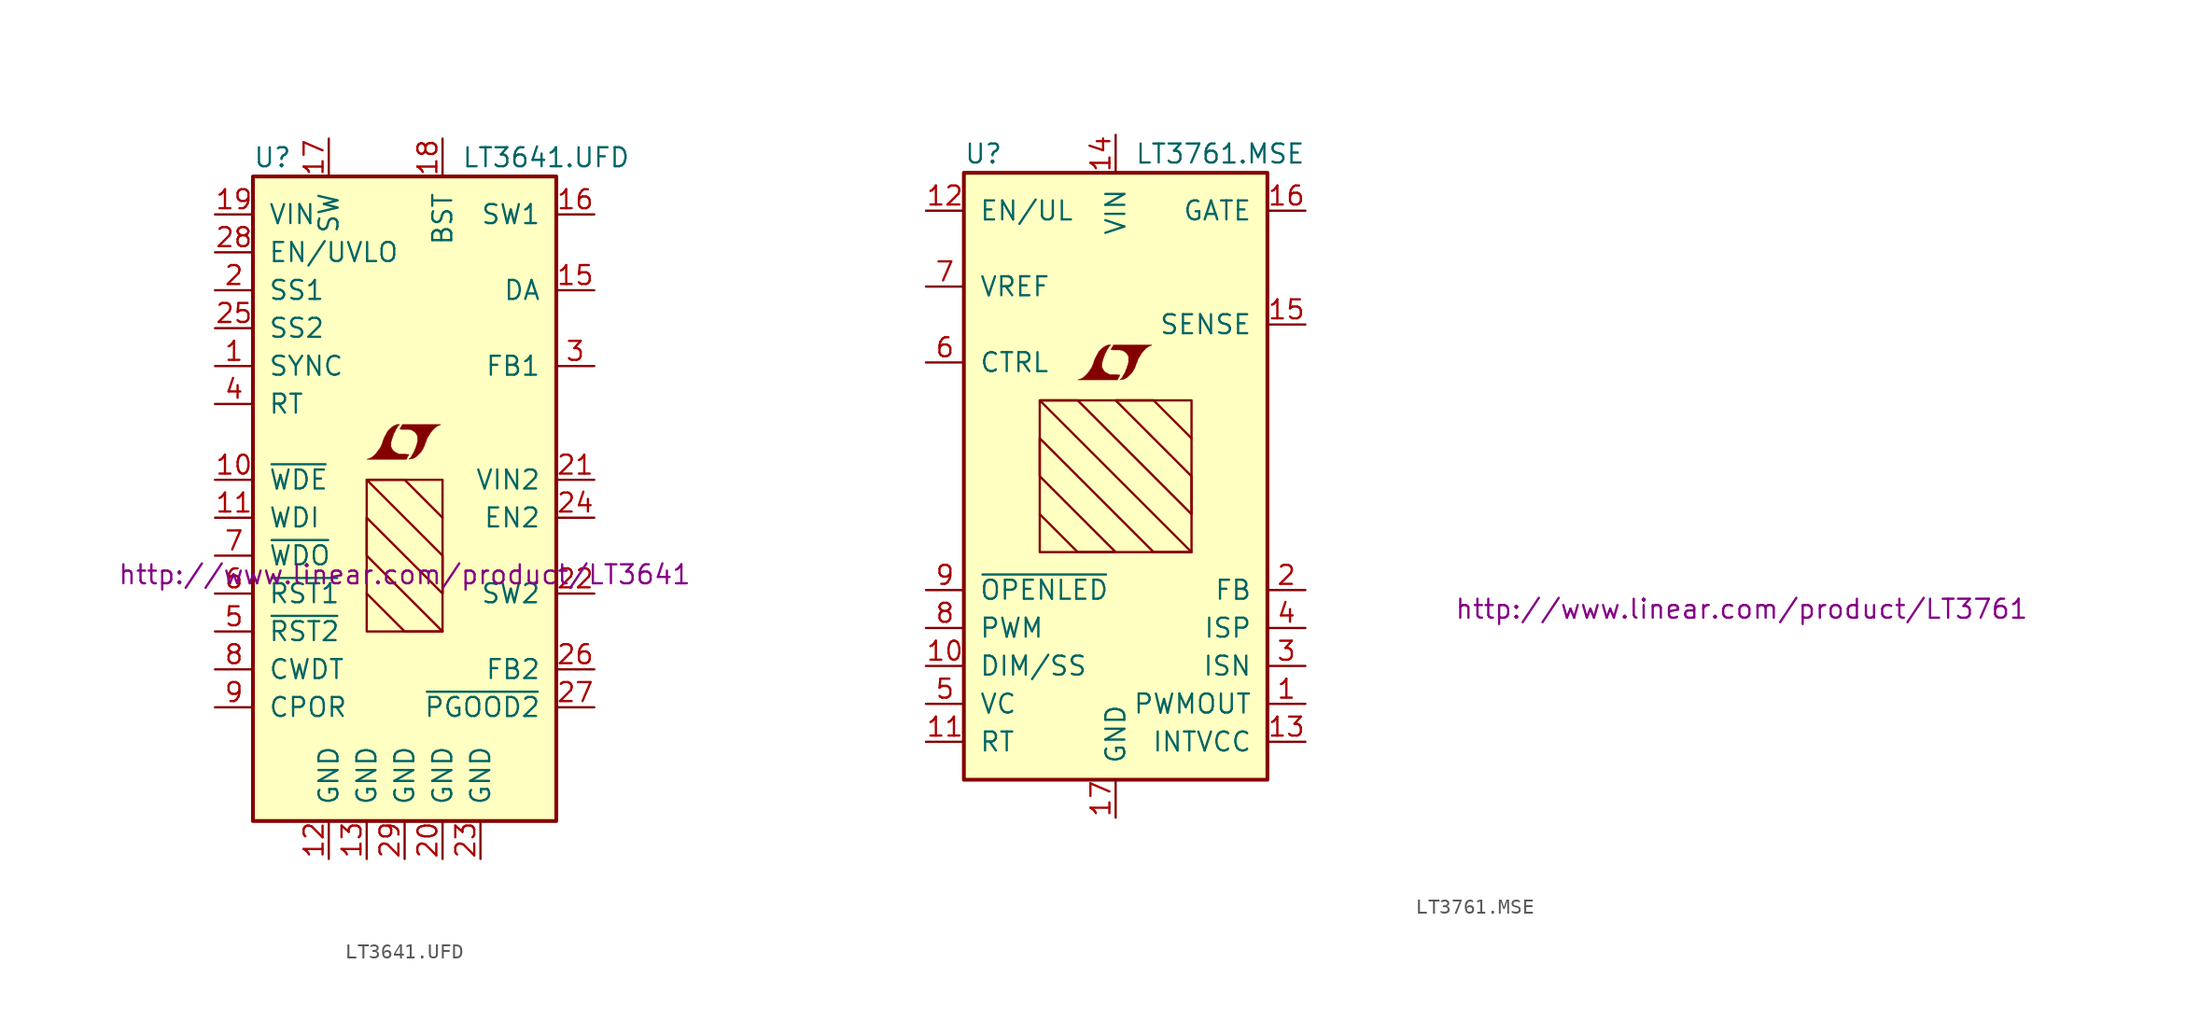
<source format=kicad_sym>
(kicad_symbol_lib
  (version 20201005)
  (generator kicad_symbol_editor)
  (symbol "LT3641.UFD"
    (pin_names
      (offset 1.016))
    (property "Reference" "U"
      (at -10.16 21.59 0)
      (effects (font (size 1.27 1.27)) (justify left)))
    (property "Value" "LT3641.UFD"
      (at 3.81 21.59 0)
      (effects (font (size 1.27 1.27)) (justify left)))
    (property "Datasheet" "http://www.linear.com/product/LT3641"
      (at 0 -6.35 0)
      (effects (font (size 1.27 1.27))))
    (symbol "LT3641.UFD_0_0"
      (polyline (pts (xy 0.203 1.549) (xy 0.229 1.575) (xy 0.279 1.676) (xy 0.279 1.702) (xy 0.152 1.702) (xy 0.051 1.727) (xy -0.406 1.727) (xy -0.432 1.753) (xy -0.686 1.88) (xy -0.787 1.981) (xy -0.864 2.108) (xy -0.914 2.21) (xy -0.914 2.515) (xy -0.864 2.667) (xy -0.838 2.769) (xy -0.813 2.845) (xy -0.762 2.972) (xy -0.711 3.124) (xy -0.635 3.251) (xy -0.584 3.378) (xy -0.508 3.48) (xy -0.457 3.581) (xy -0.33 3.708) (xy -0.508 3.708) (xy -0.635 3.658) (xy -0.737 3.607) (xy -0.813 3.556) (xy -0.94 3.454) (xy -1.118 3.277) (xy -1.372 2.819) (xy -1.473 2.54) (xy -1.473 2.489) (xy -1.524 2.388) (xy -1.575 2.261) (xy -1.626 2.159) (xy -1.753 1.981) (xy -1.905 1.778) (xy -2.057 1.626) (xy -2.21 1.499) (xy -2.388 1.422) (xy -2.54 1.372) (xy 0.127 1.372) (xy 0.203 1.549)) (stroke (width 0.025)) (fill (type outline)))
      (polyline (pts (xy 0.406 1.397) (xy 0.483 1.397) (xy 0.66 1.473) (xy 0.813 1.575) (xy 1.092 1.854) (xy 1.219 2.057) (xy 1.321 2.261) (xy 1.397 2.515) (xy 1.422 2.515) (xy 1.499 2.769) (xy 1.753 3.175) (xy 1.905 3.353) (xy 2.057 3.505) (xy 2.21 3.607) (xy 2.388 3.683) (xy 2.413 3.683) (xy 2.413 3.708) (xy -0.152 3.708) (xy -0.229 3.556) (xy -0.254 3.531) (xy -0.305 3.429) (xy -0.33 3.404) (xy -0.279 3.404) (xy -0.229 3.378) (xy 0.305 3.378) (xy 0.356 3.353) (xy 0.406 3.353) (xy 0.483 3.327) (xy 0.61 3.251) (xy 0.737 3.15) (xy 0.813 3.023) (xy 0.838 2.972) (xy 0.864 2.946) (xy 0.864 2.54) (xy 0.838 2.489) (xy 0.838 2.413) (xy 0.787 2.311) (xy 0.762 2.184) (xy 0.686 2.032) (xy 0.635 1.88) (xy 0.483 1.626) (xy 0.432 1.524) (xy 0.279 1.372) (xy 0.406 1.397)) (stroke (width 0.025)) (fill (type outline))))
    (symbol "LT3641.UFD_0_1"
      (rectangle (start -10.16 20.32) (end 10.16 -22.86) (stroke (width 0.254)) (fill (type background)))
      (rectangle (start -2.54 0) (end 2.54 -10.16) (stroke (width 0)) (fill (type none)))
      (polyline (pts (xy -2.54 -7.62) (xy 0 -10.16) (xy 2.54 -10.16) (xy -2.54 -5.08) (xy -2.54 -2.54) (xy 2.54 -7.62) (xy 2.54 -5.08) (xy -2.54 0) (xy 0 0) (xy 2.54 -2.54)) (stroke (width 0)) (fill (type none))))
    (symbol "LT3641.UFD_1_1"
      (pin input line (at -12.7 7.62 0) (length 2.54) (name "SYNC" (effects (font (size 1.27 1.27)))) (number "1" (effects (font (size 1.27 1.27)))))
      (pin input line (at -12.7 0 0) (length 2.54) (name "~WDE~" (effects (font (size 1.27 1.27)))) (number "10" (effects (font (size 1.27 1.27)))))
      (pin input line (at -12.7 -2.54 0) (length 2.54) (name "WDI" (effects (font (size 1.27 1.27)))) (number "11" (effects (font (size 1.27 1.27)))))
      (pin power_in line (at -5.08 -25.4 90) (length 2.54) (name "GND" (effects (font (size 1.27 1.27)))) (number "12" (effects (font (size 1.27 1.27)))))
      (pin power_in line (at -2.54 -25.4 90) (length 2.54) (name "GND" (effects (font (size 1.27 1.27)))) (number "13" (effects (font (size 1.27 1.27)))))
      (pin unconnected line (at -2.54 22.86 270) (length 2.54) hide (name "NC" (effects (font (size 1.27 1.27)))) (number "14" (effects (font (size 1.27 1.27)))))
      (pin passive line (at 12.7 12.7 180) (length 2.54) (name "DA" (effects (font (size 1.27 1.27)))) (number "15" (effects (font (size 1.27 1.27)))))
      (pin passive line (at 12.7 17.78 180) (length 2.54) (name "SW1" (effects (font (size 1.27 1.27)))) (number "16" (effects (font (size 1.27 1.27)))))
      (pin passive line (at -5.08 22.86 270) (length 2.54) (name "SW" (effects (font (size 1.27 1.27)))) (number "17" (effects (font (size 1.27 1.27)))))
      (pin passive line (at 2.54 22.86 270) (length 2.54) (name "BST" (effects (font (size 1.27 1.27)))) (number "18" (effects (font (size 1.27 1.27)))))
      (pin power_in line (at -12.7 17.78 0) (length 2.54) (name "VIN" (effects (font (size 1.27 1.27)))) (number "19" (effects (font (size 1.27 1.27)))))
      (pin passive line (at -12.7 12.7 0) (length 2.54) (name "SS1" (effects (font (size 1.27 1.27)))) (number "2" (effects (font (size 1.27 1.27)))))
      (pin power_in line (at 2.54 -25.4 90) (length 2.54) (name "GND" (effects (font (size 1.27 1.27)))) (number "20" (effects (font (size 1.27 1.27)))))
      (pin power_in line (at 12.7 0 180) (length 2.54) (name "VIN2" (effects (font (size 1.27 1.27)))) (number "21" (effects (font (size 1.27 1.27)))))
      (pin passive line (at 12.7 -7.62 180) (length 2.54) (name "SW2" (effects (font (size 1.27 1.27)))) (number "22" (effects (font (size 1.27 1.27)))))
      (pin power_in line (at 5.08 -25.4 90) (length 2.54) (name "GND" (effects (font (size 1.27 1.27)))) (number "23" (effects (font (size 1.27 1.27)))))
      (pin input line (at 12.7 -2.54 180) (length 2.54) (name "EN2" (effects (font (size 1.27 1.27)))) (number "24" (effects (font (size 1.27 1.27)))))
      (pin passive line (at -12.7 10.16 0) (length 2.54) (name "SS2" (effects (font (size 1.27 1.27)))) (number "25" (effects (font (size 1.27 1.27)))))
      (pin passive line (at 12.7 -12.7 180) (length 2.54) (name "FB2" (effects (font (size 1.27 1.27)))) (number "26" (effects (font (size 1.27 1.27)))))
      (pin open_collector line (at 12.7 -15.24 180) (length 2.54) (name "~PGOOD2~" (effects (font (size 1.27 1.27)))) (number "27" (effects (font (size 1.27 1.27)))))
      (pin input line (at -12.7 15.24 0) (length 2.54) (name "EN/UVLO" (effects (font (size 1.27 1.27)))) (number "28" (effects (font (size 1.27 1.27)))))
      (pin power_in line (at 0 -25.4 90) (length 2.54) (name "GND" (effects (font (size 1.27 1.27)))) (number "29" (effects (font (size 1.27 1.27)))))
      (pin passive line (at 12.7 7.62 180) (length 2.54) (name "FB1" (effects (font (size 1.27 1.27)))) (number "3" (effects (font (size 1.27 1.27)))))
      (pin passive line (at -12.7 5.08 0) (length 2.54) (name "RT" (effects (font (size 1.27 1.27)))) (number "4" (effects (font (size 1.27 1.27)))))
      (pin open_collector line (at -12.7 -10.16 0) (length 2.54) (name "~RST2~" (effects (font (size 1.27 1.27)))) (number "5" (effects (font (size 1.27 1.27)))))
      (pin open_collector line (at -12.7 -7.62 0) (length 2.54) (name "~RST1~" (effects (font (size 1.27 1.27)))) (number "6" (effects (font (size 1.27 1.27)))))
      (pin open_collector line (at -12.7 -5.08 0) (length 2.54) (name "~WDO~" (effects (font (size 1.27 1.27)))) (number "7" (effects (font (size 1.27 1.27)))))
      (pin passive line (at -12.7 -12.7 0) (length 2.54) (name "CWDT" (effects (font (size 1.27 1.27)))) (number "8" (effects (font (size 1.27 1.27)))))
      (pin passive line (at -12.7 -15.24 0) (length 2.54) (name "CPOR" (effects (font (size 1.27 1.27)))) (number "9" (effects (font (size 1.27 1.27)))))))
  (symbol "LT3761.MSE"
    (pin_names
      (offset 1.016))
    (property "Reference" "U"
      (at -10.16 21.59 0)
      (effects (font (size 1.27 1.27)) (justify left)))
    (property "Value" "LT3761.MSE"
      (at 1.27 21.59 0)
      (effects (font (size 1.27 1.27)) (justify left)))
    (property "Datasheet" "http://www.linear.com/product/LT3761"
      (at 41.91 -8.89 0)
      (effects (font (size 1.27 1.27))))
    (symbol "LT3761.MSE_0_0"
      (polyline (pts (xy 0.203 6.629) (xy 0.229 6.655) (xy 0.279 6.756) (xy 0.279 6.782) (xy 0.152 6.782) (xy 0.051 6.807) (xy -0.406 6.807) (xy -0.432 6.833) (xy -0.686 6.96) (xy -0.787 7.061) (xy -0.864 7.188) (xy -0.914 7.29) (xy -0.914 7.595) (xy -0.864 7.747) (xy -0.838 7.849) (xy -0.813 7.925) (xy -0.762 8.052) (xy -0.711 8.204) (xy -0.635 8.331) (xy -0.584 8.458) (xy -0.508 8.56) (xy -0.457 8.661) (xy -0.33 8.788) (xy -0.508 8.788) (xy -0.635 8.738) (xy -0.737 8.687) (xy -0.813 8.636) (xy -0.94 8.534) (xy -1.118 8.357) (xy -1.372 7.899) (xy -1.473 7.62) (xy -1.473 7.569) (xy -1.524 7.468) (xy -1.575 7.341) (xy -1.626 7.239) (xy -1.753 7.061) (xy -1.905 6.858) (xy -2.057 6.706) (xy -2.21 6.579) (xy -2.388 6.502) (xy -2.54 6.452) (xy 0.127 6.452) (xy 0.203 6.629)) (stroke (width 0.025)) (fill (type outline)))
      (polyline (pts (xy 0.406 6.477) (xy 0.483 6.477) (xy 0.66 6.553) (xy 0.813 6.655) (xy 1.092 6.934) (xy 1.219 7.137) (xy 1.321 7.341) (xy 1.397 7.595) (xy 1.422 7.595) (xy 1.499 7.849) (xy 1.753 8.255) (xy 1.905 8.433) (xy 2.057 8.585) (xy 2.21 8.687) (xy 2.388 8.763) (xy 2.413 8.763) (xy 2.413 8.788) (xy -0.152 8.788) (xy -0.229 8.636) (xy -0.254 8.611) (xy -0.305 8.509) (xy -0.33 8.484) (xy -0.279 8.484) (xy -0.229 8.458) (xy 0.305 8.458) (xy 0.356 8.433) (xy 0.406 8.433) (xy 0.483 8.407) (xy 0.61 8.331) (xy 0.737 8.23) (xy 0.813 8.103) (xy 0.838 8.052) (xy 0.864 8.026) (xy 0.864 7.62) (xy 0.838 7.569) (xy 0.838 7.493) (xy 0.787 7.391) (xy 0.762 7.264) (xy 0.686 7.112) (xy 0.635 6.96) (xy 0.483 6.706) (xy 0.432 6.604) (xy 0.279 6.452) (xy 0.406 6.477)) (stroke (width 0.025)) (fill (type outline))))
    (symbol "LT3761.MSE_0_1"
      (rectangle (start -10.16 20.32) (end 10.16 -20.32) (stroke (width 0.254)) (fill (type background)))
      (rectangle (start -5.08 5.08) (end 5.08 -5.08) (stroke (width 0)) (fill (type none)))
      (polyline (pts (xy -5.08 -2.54) (xy -2.54 -5.08) (xy 0 -5.08) (xy -5.08 0) (xy -5.08 2.54) (xy 2.54 -5.08) (xy 5.08 -5.08) (xy -5.08 5.08) (xy -2.54 5.08) (xy 5.08 -2.54) (xy 5.08 0) (xy 0 5.08) (xy 2.54 5.08) (xy 5.08 2.54)) (stroke (width 0)) (fill (type none))))
    (symbol "LT3761.MSE_1_1"
      (pin output line (at 12.7 -15.24 180) (length 2.54) (name "PWMOUT" (effects (font (size 1.27 1.27)))) (number "1" (effects (font (size 1.27 1.27)))))
      (pin passive line (at -12.7 -12.7 0) (length 2.54) (name "DIM/SS" (effects (font (size 1.27 1.27)))) (number "10" (effects (font (size 1.27 1.27)))))
      (pin passive line (at -12.7 -17.78 0) (length 2.54) (name "RT" (effects (font (size 1.27 1.27)))) (number "11" (effects (font (size 1.27 1.27)))))
      (pin input line (at -12.7 17.78 0) (length 2.54) (name "EN/UL" (effects (font (size 1.27 1.27)))) (number "12" (effects (font (size 1.27 1.27)))))
      (pin passive line (at 12.7 -17.78 180) (length 2.54) (name "INTVCC" (effects (font (size 1.27 1.27)))) (number "13" (effects (font (size 1.27 1.27)))))
      (pin power_in line (at 0 22.86 270) (length 2.54) (name "VIN" (effects (font (size 1.27 1.27)))) (number "14" (effects (font (size 1.27 1.27)))))
      (pin input line (at 12.7 10.16 180) (length 2.54) (name "SENSE" (effects (font (size 1.27 1.27)))) (number "15" (effects (font (size 1.27 1.27)))))
      (pin output line (at 12.7 17.78 180) (length 2.54) (name "GATE" (effects (font (size 1.27 1.27)))) (number "16" (effects (font (size 1.27 1.27)))))
      (pin power_in line (at 0 -22.86 90) (length 2.54) (name "GND" (effects (font (size 1.27 1.27)))) (number "17" (effects (font (size 1.27 1.27)))))
      (pin passive line (at 12.7 -7.62 180) (length 2.54) (name "FB" (effects (font (size 1.27 1.27)))) (number "2" (effects (font (size 1.27 1.27)))))
      (pin passive line (at 12.7 -12.7 180) (length 2.54) (name "ISN" (effects (font (size 1.27 1.27)))) (number "3" (effects (font (size 1.27 1.27)))))
      (pin passive line (at 12.7 -10.16 180) (length 2.54) (name "ISP" (effects (font (size 1.27 1.27)))) (number "4" (effects (font (size 1.27 1.27)))))
      (pin passive line (at -12.7 -15.24 0) (length 2.54) (name "VC" (effects (font (size 1.27 1.27)))) (number "5" (effects (font (size 1.27 1.27)))))
      (pin input line (at -12.7 7.62 0) (length 2.54) (name "CTRL" (effects (font (size 1.27 1.27)))) (number "6" (effects (font (size 1.27 1.27)))))
      (pin passive line (at -12.7 12.7 0) (length 2.54) (name "VREF" (effects (font (size 1.27 1.27)))) (number "7" (effects (font (size 1.27 1.27)))))
      (pin input line (at -12.7 -10.16 0) (length 2.54) (name "PWM" (effects (font (size 1.27 1.27)))) (number "8" (effects (font (size 1.27 1.27)))))
      (pin open_collector line (at -12.7 -7.62 0) (length 2.54) (name "~OPENLED~" (effects (font (size 1.27 1.27)))) (number "9" (effects (font (size 1.27 1.27))))))))
</source>
